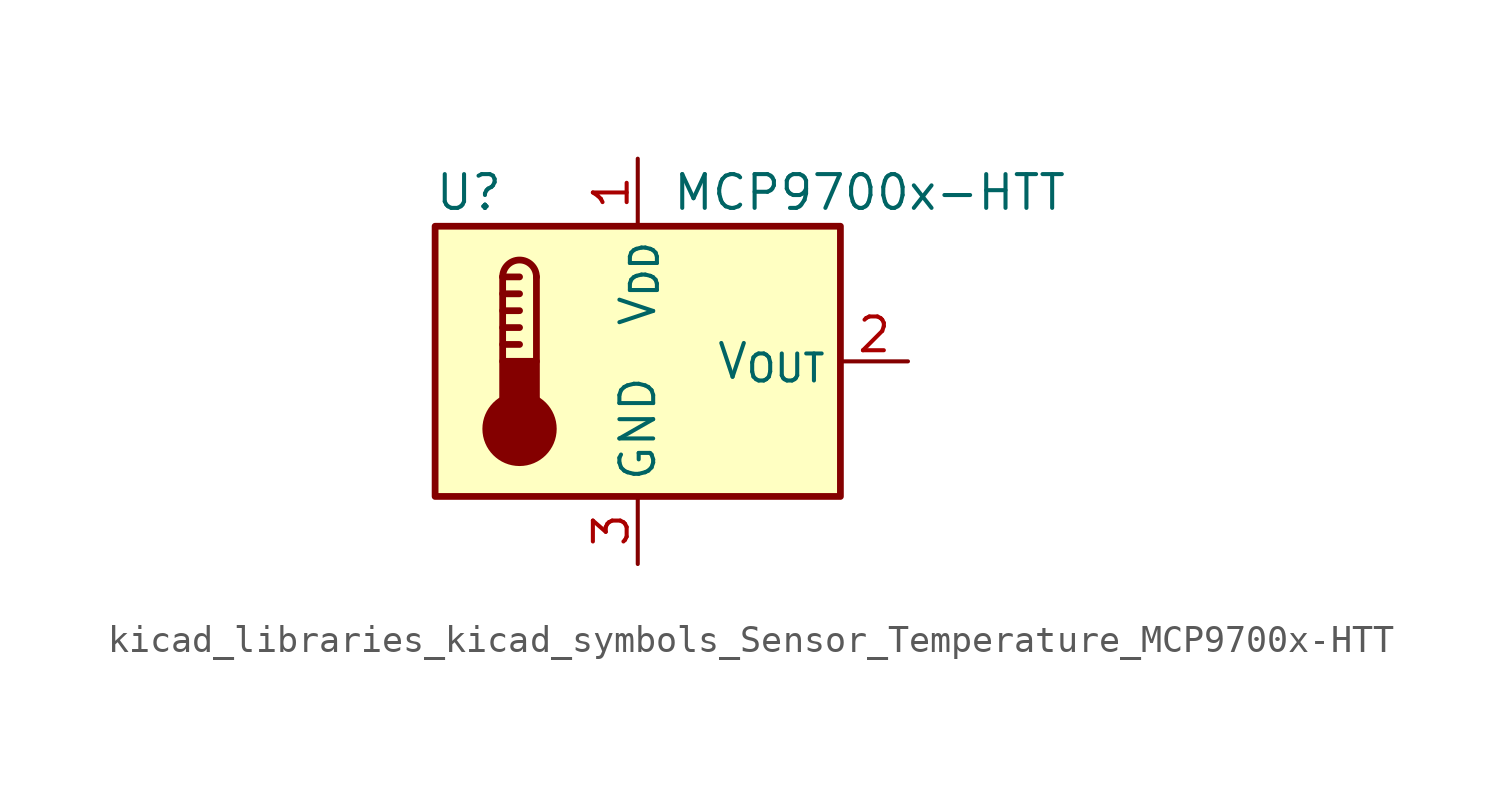
<source format=kicad_sym>
(kicad_symbol_lib
  (version 20220914)
  (generator kicad_symbol_editor)
  (symbol "kicad_libraries_kicad_symbols_Sensor_Temperature_MCP9700x-HTT"
    (property "Reference" "U"
      (at -6.35 6.35 0)
      (effects (font (size 1.27 1.27))))
    (property "Value" "MCP9700x-HTT"
      (at 1.27 6.35 0)
      (effects (font (size 1.27 1.27)) (justify left)))
    (symbol "kicad_libraries_kicad_symbols_Sensor_Temperature_MCP9700x-HTT_0_1"
      (rectangle (start -7.62 5.08) (end 7.62 -5.08) (stroke (width 0.254) (type default)) (fill (type background)))
      (circle (center -4.445 -2.54) (radius 1.27) (stroke (width 0.254) (type default)) (fill (type outline)))
      (rectangle (start -3.81 -1.905) (end -5.08 0) (stroke (width 0.254) (type default)) (fill (type outline)))
      (arc (start -3.81 3.175) (mid -4.445 3.8073) (end -5.08 3.175) (stroke (width 0.254) (type default)) (fill (type none)))
      (polyline (pts (xy -5.08 0.635) (xy -4.445 0.635)) (stroke (width 0.254) (type default)) (fill (type none)))
      (polyline (pts (xy -5.08 1.27) (xy -4.445 1.27)) (stroke (width 0.254) (type default)) (fill (type none)))
      (polyline (pts (xy -5.08 1.905) (xy -4.445 1.905)) (stroke (width 0.254) (type default)) (fill (type none)))
      (polyline (pts (xy -5.08 2.54) (xy -4.445 2.54)) (stroke (width 0.254) (type default)) (fill (type none)))
      (polyline (pts (xy -5.08 3.175) (xy -5.08 0)) (stroke (width 0.254) (type default)) (fill (type none)))
      (polyline (pts (xy -5.08 3.175) (xy -4.445 3.175)) (stroke (width 0.254) (type default)) (fill (type none)))
      (polyline (pts (xy -3.81 3.175) (xy -3.81 0)) (stroke (width 0.254) (type default)) (fill (type none))))
    (symbol "kicad_libraries_kicad_symbols_Sensor_Temperature_MCP9700x-HTT_1_1"
      (pin power_in line (at 0 7.62 270) (length 2.54) (name "V_{DD}" (effects (font (size 1.27 1.27)))) (number "1" (effects (font (size 1.27 1.27)))))
      (pin output line (at 10.16 0 180) (length 2.54) (name "V_{OUT}" (effects (font (size 1.27 1.27)))) (number "2" (effects (font (size 1.27 1.27)))))
      (pin power_in line (at 0 -7.62 90) (length 2.54) (name "GND" (effects (font (size 1.27 1.27)))) (number "3" (effects (font (size 1.27 1.27))))))))
</source>
